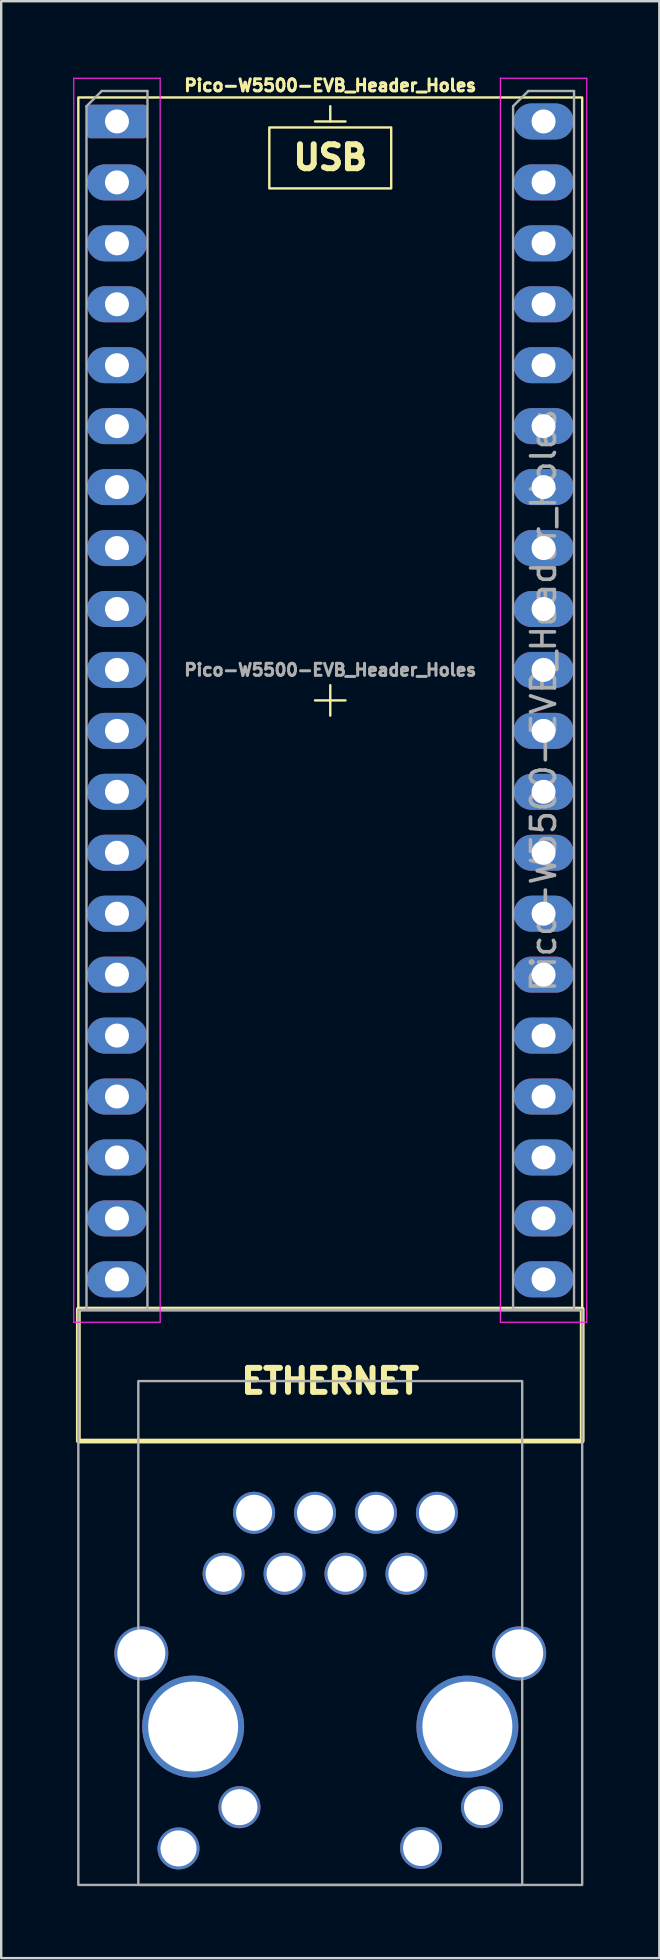
<source format=kicad_pcb>
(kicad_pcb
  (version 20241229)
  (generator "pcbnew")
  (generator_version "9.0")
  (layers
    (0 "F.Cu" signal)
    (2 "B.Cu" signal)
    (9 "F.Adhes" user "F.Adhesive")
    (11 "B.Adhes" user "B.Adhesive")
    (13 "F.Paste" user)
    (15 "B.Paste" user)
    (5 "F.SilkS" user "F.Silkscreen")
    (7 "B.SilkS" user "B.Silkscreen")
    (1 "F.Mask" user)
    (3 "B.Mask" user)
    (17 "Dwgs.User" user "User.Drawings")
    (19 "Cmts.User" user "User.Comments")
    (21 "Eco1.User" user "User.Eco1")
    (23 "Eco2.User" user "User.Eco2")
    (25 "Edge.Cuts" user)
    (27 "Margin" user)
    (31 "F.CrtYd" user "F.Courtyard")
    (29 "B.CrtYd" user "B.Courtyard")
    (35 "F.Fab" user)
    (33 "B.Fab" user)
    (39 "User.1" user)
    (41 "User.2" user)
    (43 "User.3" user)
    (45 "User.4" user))
  (footprint "Pico-W5500-EVB_Header_Holes"
    (layer "F.Cu")
    (at 10.715 2.012)
    (property "Reference" "Pico-W5500-EVB_Header_Holes" (at 0 -1.5 0) (layer "F.SilkS") (effects (font (size 0.5 0.5) (thickness 0.125) (bold yes))))
    (attr through_hole)
    (fp_line (start -0.635 0) (end 0.635 0) (stroke (width 0.1) (type default)) (layer "F.SilkS"))
    (fp_line (start -0.635 24.13) (end 0.635 24.13) (stroke (width 0.1) (type default)) (layer "F.SilkS"))
    (fp_line (start 0 0) (end 0 -0.635) (stroke (width 0.1) (type default)) (layer "F.SilkS"))
    (fp_line (start 0 23.495) (end 0 24.765) (stroke (width 0.1) (type default)) (layer "F.SilkS"))
    (fp_rect (start -10.5 -1) (end 10.5 49.5) (stroke (width 0.1) (type default)) (fill no) (layer "F.SilkS"))
    (fp_rect (start -10.5 49.5) (end 10.5 55) (stroke (width 0.2) (type default)) (fill no) (layer "F.SilkS"))
    (fp_rect (start -2.54 0.25) (end 2.54 2.79) (stroke (width 0.1) (type default)) (fill no) (layer "F.SilkS"))
    (fp_line (start -10.69 -1.8) (end -10.69 50.05) (stroke (width 0.05) (type solid)) (layer "F.CrtYd"))
    (fp_line (start -10.69 50.05) (end -7.09 50.05) (stroke (width 0.05) (type solid)) (layer "F.CrtYd"))
    (fp_line (start -7.09 -1.8) (end -10.69 -1.8) (stroke (width 0.05) (type solid)) (layer "F.CrtYd"))
    (fp_line (start -7.09 50.05) (end -7.09 -1.8) (stroke (width 0.05) (type solid)) (layer "F.CrtYd"))
    (fp_line (start 7.09 -1.8) (end 7.09 50.05) (stroke (width 0.05) (type solid)) (layer "F.CrtYd"))
    (fp_line (start 7.09 50.05) (end 10.69 50.05) (stroke (width 0.05) (type solid)) (layer "F.CrtYd"))
    (fp_line (start 10.69 -1.8) (end 7.09 -1.8) (stroke (width 0.05) (type solid)) (layer "F.CrtYd"))
    (fp_line (start 10.69 50.05) (end 10.69 -1.8) (stroke (width 0.05) (type solid)) (layer "F.CrtYd"))
    (fp_line (start -10.16 -0.635) (end -9.525 -1.27) (stroke (width 0.1) (type solid)) (layer "F.Fab"))
    (fp_line (start -10.16 49.53) (end -10.16 -0.635) (stroke (width 0.1) (type solid)) (layer "F.Fab"))
    (fp_line (start -9.525 -1.27) (end -7.62 -1.27) (stroke (width 0.1) (type solid)) (layer "F.Fab"))
    (fp_line (start -7.62 -1.27) (end -7.62 49.53) (stroke (width 0.1) (type solid)) (layer "F.Fab"))
    (fp_line (start -7.62 49.53) (end -10.16 49.53) (stroke (width 0.1) (type solid)) (layer "F.Fab"))
    (fp_line (start 7.62 -0.635) (end 8.255 -1.27) (stroke (width 0.1) (type solid)) (layer "F.Fab"))
    (fp_line (start 7.62 49.53) (end 7.62 -0.635) (stroke (width 0.1) (type solid)) (layer "F.Fab"))
    (fp_line (start 8.255 -1.27) (end 10.16 -1.27) (stroke (width 0.1) (type solid)) (layer "F.Fab"))
    (fp_line (start 10.16 -1.27) (end 10.16 49.53) (stroke (width 0.1) (type solid)) (layer "F.Fab"))
    (fp_line (start 10.16 49.53) (end 7.62 49.53) (stroke (width 0.1) (type solid)) (layer "F.Fab"))
    (fp_rect (start -10.5 49.53) (end 10.5 73.5) (stroke (width 0.1) (type default)) (fill no) (layer "F.Fab"))
    (fp_rect (start -8 73.5) (end 8 52.5) (stroke (width 0.1) (type default)) (fill no) (layer "F.Fab"))
    (fp_text user "USB" (at 0 1.5 0) (layer "F.SilkS") (effects (font (size 1 1) (thickness 0.25) (bold yes))))
    (fp_text user "ETHERNET" (at 0 52.5 0) (layer "F.SilkS") (effects (font (size 1 1) (thickness 0.25) (bold yes))))
    (fp_text user "${REFERENCE}" (at 8.89 24.13 90) (layer "F.Fab") (effects (font (size 1 1) (thickness 0.15))))
    (fp_text user "${REFERENCE}" (at 0 22.86 180) (layer "F.Fab") (effects (font (size 0.5 0.5) (thickness 0.125) (bold yes))))
    (pad "" thru_hole circle (at -7.875 63.85 90) (size 2.25 2.25) (drill 2) (layers "*.Cu" "*.Mask"))
    (pad "" thru_hole circle (at -6.325 71.98) (size 1.75 1.75) (drill 1.5) (layers "*.Cu" "*.Mask"))
    (pad "" thru_hole circle (at -5.715 66.9 90) (size 4.25 4.25) (drill 3.75) (layers "*.Cu" "*.Mask"))
    (pad "" thru_hole circle (at -4.445 60.53) (size 1.75 1.75) (drill 1.5) (layers "*.Cu" "*.Mask"))
    (pad "" thru_hole circle (at -3.785 70.26) (size 1.75 1.75) (drill 1.5) (layers "*.Cu" "*.Mask"))
    (pad "" thru_hole circle (at -3.175 57.99) (size 1.75 1.75) (drill 1.5) (layers "*.Cu" "*.Mask"))
    (pad "" thru_hole circle (at -1.905 60.53) (size 1.75 1.75) (drill 1.5) (layers "*.Cu" "*.Mask"))
    (pad "" thru_hole circle (at -0.635 57.99) (size 1.75 1.75) (drill 1.5) (layers "*.Cu" "*.Mask"))
    (pad "" thru_hole circle (at 0.635 60.53) (size 1.75 1.75) (drill 1.5) (layers "*.Cu" "*.Mask"))
    (pad "" thru_hole circle (at 1.905 57.99) (size 1.75 1.75) (drill 1.5) (layers "*.Cu" "*.Mask"))
    (pad "" thru_hole circle (at 3.175 60.53) (size 1.75 1.75) (drill 1.5) (layers "*.Cu" "*.Mask"))
    (pad "" thru_hole circle (at 3.785 71.96) (size 1.75 1.75) (drill 1.5) (layers "*.Cu" "*.Mask"))
    (pad "" thru_hole circle (at 4.445 57.99) (size 1.75 1.75) (drill 1.5) (layers "*.Cu" "*.Mask"))
    (pad "" thru_hole circle (at 5.715 66.9 90) (size 4.25 4.25) (drill 3.75) (layers "*.Cu" "*.Mask"))
    (pad "" thru_hole circle (at 6.325 70.26) (size 1.75 1.75) (drill 1.5) (layers "*.Cu" "*.Mask"))
    (pad "" thru_hole circle (at 7.875 63.85 90) (size 2.25 2.25) (drill 2) (layers "*.Cu" "*.Mask"))
    (pad "1" thru_hole roundrect (at -8.89 0) (size 2.5 1.4) (drill 1) (layers "*.Cu" "*.Mask") (roundrect_rratio 0.1))
    (pad "2" thru_hole oval (at -8.89 2.54) (size 2.5 1.5) (drill 1) (layers "*.Cu" "*.Mask"))
    (pad "3" thru_hole oval (at -8.89 5.08) (size 2.5 1.5) (drill 1) (layers "*.Cu" "*.Mask"))
    (pad "4" thru_hole oval (at -8.89 7.62) (size 2.5 1.5) (drill 1) (layers "*.Cu" "*.Mask"))
    (pad "5" thru_hole oval (at -8.89 10.16) (size 2.5 1.5) (drill 1) (layers "*.Cu" "*.Mask"))
    (pad "6" thru_hole oval (at -8.89 12.7) (size 2.5 1.5) (drill 1) (layers "*.Cu" "*.Mask"))
    (pad "7" thru_hole oval (at -8.89 15.24) (size 2.5 1.5) (drill 1) (layers "*.Cu" "*.Mask"))
    (pad "8" thru_hole oval (at -8.89 17.78) (size 2.5 1.5) (drill 1) (layers "*.Cu" "*.Mask"))
    (pad "9" thru_hole oval (at -8.89 20.32) (size 2.5 1.5) (drill 1) (layers "*.Cu" "*.Mask"))
    (pad "10" thru_hole oval (at -8.89 22.86) (size 2.5 1.5) (drill 1) (layers "*.Cu" "*.Mask"))
    (pad "11" thru_hole oval (at -8.89 25.4) (size 2.5 1.5) (drill 1) (layers "*.Cu" "*.Mask"))
    (pad "12" thru_hole oval (at -8.89 27.94) (size 2.5 1.5) (drill 1) (layers "*.Cu" "*.Mask"))
    (pad "13" thru_hole oval (at -8.89 30.48) (size 2.5 1.5) (drill 1) (layers "*.Cu" "*.Mask"))
    (pad "14" thru_hole oval (at -8.89 33.02) (size 2.5 1.5) (drill 1) (layers "*.Cu" "*.Mask"))
    (pad "15" thru_hole oval (at -8.89 35.56) (size 2.5 1.5) (drill 1) (layers "*.Cu" "*.Mask"))
    (pad "16" thru_hole oval (at -8.89 38.1) (size 2.5 1.5) (drill 1) (layers "*.Cu" "*.Mask"))
    (pad "17" thru_hole oval (at -8.89 40.64) (size 2.5 1.5) (drill 1) (layers "*.Cu" "*.Mask"))
    (pad "18" thru_hole oval (at -8.89 43.18) (size 2.5 1.5) (drill 1) (layers "*.Cu" "*.Mask"))
    (pad "19" thru_hole oval (at -8.89 45.72) (size 2.5 1.5) (drill 1) (layers "*.Cu" "*.Mask"))
    (pad "20" thru_hole oval (at -8.89 48.26) (size 2.5 1.5) (drill 1) (layers "*.Cu" "*.Mask"))
    (pad "21" thru_hole oval (at 8.89 48.26) (size 2.5 1.5) (drill 1) (layers "*.Cu" "*.Mask"))
    (pad "22" thru_hole oval (at 8.89 45.72) (size 2.5 1.5) (drill 1) (layers "*.Cu" "*.Mask"))
    (pad "23" thru_hole oval (at 8.89 43.18) (size 2.5 1.5) (drill 1) (layers "*.Cu" "*.Mask"))
    (pad "24" thru_hole oval (at 8.89 40.64) (size 2.5 1.5) (drill 1) (layers "*.Cu" "*.Mask"))
    (pad "25" thru_hole oval (at 8.89 38.1) (size 2.5 1.5) (drill 1) (layers "*.Cu" "*.Mask"))
    (pad "26" thru_hole oval (at 8.89 35.56) (size 2.5 1.5) (drill 1) (layers "*.Cu" "*.Mask"))
    (pad "27" thru_hole oval (at 8.89 33.02) (size 2.5 1.5) (drill 1) (layers "*.Cu" "*.Mask"))
    (pad "28" thru_hole oval (at 8.89 30.48) (size 2.5 1.5) (drill 1) (layers "*.Cu" "*.Mask"))
    (pad "29" thru_hole oval (at 8.89 27.94) (size 2.5 1.5) (drill 1) (layers "*.Cu" "*.Mask"))
    (pad "30" thru_hole oval (at 8.89 25.4) (size 2.5 1.5) (drill 1) (layers "*.Cu" "*.Mask"))
    (pad "31" thru_hole oval (at 8.89 22.86) (size 2.5 1.5) (drill 1) (layers "*.Cu" "*.Mask"))
    (pad "32" thru_hole oval (at 8.89 20.32) (size 2.5 1.5) (drill 1) (layers "*.Cu" "*.Mask"))
    (pad "33" thru_hole oval (at 8.89 17.78) (size 2.5 1.5) (drill 1) (layers "*.Cu" "*.Mask"))
    (pad "34" thru_hole oval (at 8.89 15.24) (size 2.5 1.5) (drill 1) (layers "*.Cu" "*.Mask"))
    (pad "35" thru_hole oval (at 8.89 12.7) (size 2.5 1.5) (drill 1) (layers "*.Cu" "*.Mask"))
    (pad "36" thru_hole oval (at 8.89 10.16) (size 2.5 1.5) (drill 1) (layers "*.Cu" "*.Mask"))
    (pad "37" thru_hole oval (at 8.89 7.62) (size 2.5 1.5) (drill 1) (layers "*.Cu" "*.Mask"))
    (pad "38" thru_hole oval (at 8.89 5.08) (size 2.5 1.5) (drill 1) (layers "*.Cu" "*.Mask"))
    (pad "39" thru_hole oval (at 8.89 2.54) (size 2.5 1.5) (drill 1) (layers "*.Cu" "*.Mask"))
    (pad "40" thru_hole oval (at 8.89 0) (size 2.5 1.5) (drill 1) (layers "*.Cu" "*.Mask")))
  (gr_rect
    (start -3 -3)
    (end 24.43 78.562)
    (stroke (width 0.1) (type default))
    (fill no)
    (layer "Edge.Cuts")))
</source>
